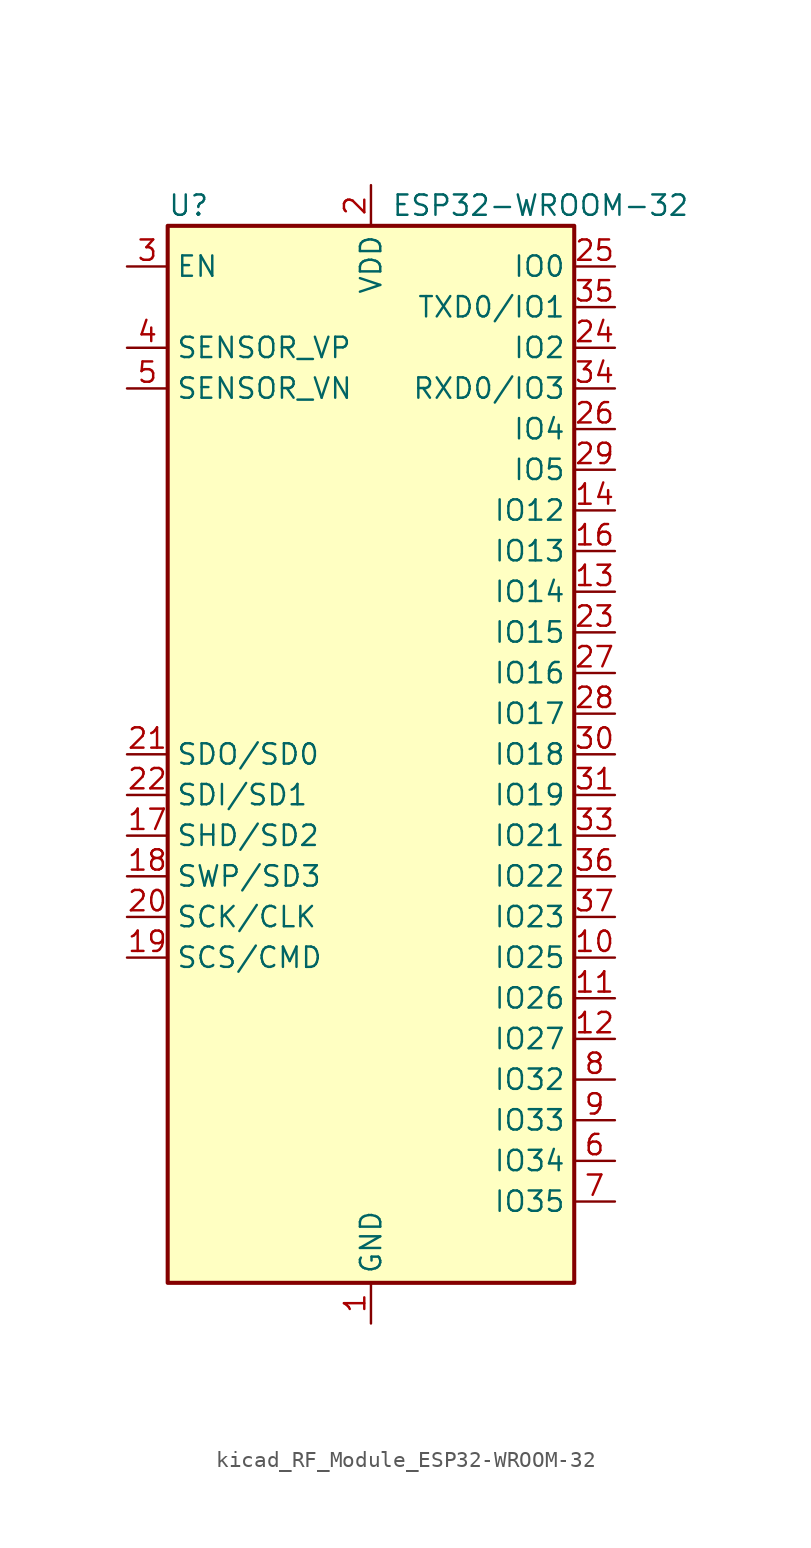
<source format=kicad_sym>
(kicad_symbol_lib
  (version 20220914)
  (generator kicad_symbol_editor)
  (symbol "kicad_RF_Module_ESP32-WROOM-32"
    (property "Reference" "U"
      (at -12.7 34.29 0)
      (effects (font (size 1.27 1.27)) (justify left)))
    (property "Value" "ESP32-WROOM-32"
      (at 1.27 34.29 0)
      (effects (font (size 1.27 1.27)) (justify left)))
    (symbol "kicad_RF_Module_ESP32-WROOM-32_0_1"
      (rectangle (start -12.7 33.02) (end 12.7 -33.02) (stroke (width 0.254) (type default)) (fill (type background))))
    (symbol "kicad_RF_Module_ESP32-WROOM-32_1_1"
      (pin power_in line (at 0 -35.56 90) (length 2.54) (name "GND" (effects (font (size 1.27 1.27)))) (number "1" (effects (font (size 1.27 1.27)))))
      (pin bidirectional line (at 15.24 -12.7 180) (length 2.54) (name "IO25" (effects (font (size 1.27 1.27)))) (number "10" (effects (font (size 1.27 1.27)))))
      (pin bidirectional line (at 15.24 -15.24 180) (length 2.54) (name "IO26" (effects (font (size 1.27 1.27)))) (number "11" (effects (font (size 1.27 1.27)))))
      (pin bidirectional line (at 15.24 -17.78 180) (length 2.54) (name "IO27" (effects (font (size 1.27 1.27)))) (number "12" (effects (font (size 1.27 1.27)))))
      (pin bidirectional line (at 15.24 10.16 180) (length 2.54) (name "IO14" (effects (font (size 1.27 1.27)))) (number "13" (effects (font (size 1.27 1.27)))))
      (pin bidirectional line (at 15.24 15.24 180) (length 2.54) (name "IO12" (effects (font (size 1.27 1.27)))) (number "14" (effects (font (size 1.27 1.27)))))
      (pin passive line (at 0 -35.56 90) (length 2.54) hide (name "GND" (effects (font (size 1.27 1.27)))) (number "15" (effects (font (size 1.27 1.27)))))
      (pin bidirectional line (at 15.24 12.7 180) (length 2.54) (name "IO13" (effects (font (size 1.27 1.27)))) (number "16" (effects (font (size 1.27 1.27)))))
      (pin bidirectional line (at -15.24 -5.08 0) (length 2.54) (name "SHD/SD2" (effects (font (size 1.27 1.27)))) (number "17" (effects (font (size 1.27 1.27)))))
      (pin bidirectional line (at -15.24 -7.62 0) (length 2.54) (name "SWP/SD3" (effects (font (size 1.27 1.27)))) (number "18" (effects (font (size 1.27 1.27)))))
      (pin bidirectional line (at -15.24 -12.7 0) (length 2.54) (name "SCS/CMD" (effects (font (size 1.27 1.27)))) (number "19" (effects (font (size 1.27 1.27)))))
      (pin power_in line (at 0 35.56 270) (length 2.54) (name "VDD" (effects (font (size 1.27 1.27)))) (number "2" (effects (font (size 1.27 1.27)))))
      (pin bidirectional line (at -15.24 -10.16 0) (length 2.54) (name "SCK/CLK" (effects (font (size 1.27 1.27)))) (number "20" (effects (font (size 1.27 1.27)))))
      (pin bidirectional line (at -15.24 0 0) (length 2.54) (name "SDO/SD0" (effects (font (size 1.27 1.27)))) (number "21" (effects (font (size 1.27 1.27)))))
      (pin bidirectional line (at -15.24 -2.54 0) (length 2.54) (name "SDI/SD1" (effects (font (size 1.27 1.27)))) (number "22" (effects (font (size 1.27 1.27)))))
      (pin bidirectional line (at 15.24 7.62 180) (length 2.54) (name "IO15" (effects (font (size 1.27 1.27)))) (number "23" (effects (font (size 1.27 1.27)))))
      (pin bidirectional line (at 15.24 25.4 180) (length 2.54) (name "IO2" (effects (font (size 1.27 1.27)))) (number "24" (effects (font (size 1.27 1.27)))))
      (pin bidirectional line (at 15.24 30.48 180) (length 2.54) (name "IO0" (effects (font (size 1.27 1.27)))) (number "25" (effects (font (size 1.27 1.27)))))
      (pin bidirectional line (at 15.24 20.32 180) (length 2.54) (name "IO4" (effects (font (size 1.27 1.27)))) (number "26" (effects (font (size 1.27 1.27)))))
      (pin bidirectional line (at 15.24 5.08 180) (length 2.54) (name "IO16" (effects (font (size 1.27 1.27)))) (number "27" (effects (font (size 1.27 1.27)))))
      (pin bidirectional line (at 15.24 2.54 180) (length 2.54) (name "IO17" (effects (font (size 1.27 1.27)))) (number "28" (effects (font (size 1.27 1.27)))))
      (pin bidirectional line (at 15.24 17.78 180) (length 2.54) (name "IO5" (effects (font (size 1.27 1.27)))) (number "29" (effects (font (size 1.27 1.27)))))
      (pin input line (at -15.24 30.48 0) (length 2.54) (name "EN" (effects (font (size 1.27 1.27)))) (number "3" (effects (font (size 1.27 1.27)))))
      (pin bidirectional line (at 15.24 0 180) (length 2.54) (name "IO18" (effects (font (size 1.27 1.27)))) (number "30" (effects (font (size 1.27 1.27)))))
      (pin bidirectional line (at 15.24 -2.54 180) (length 2.54) (name "IO19" (effects (font (size 1.27 1.27)))) (number "31" (effects (font (size 1.27 1.27)))))
      (pin no_connect line (at -12.7 -27.94 0) (length 2.54) hide (name "NC" (effects (font (size 1.27 1.27)))) (number "32" (effects (font (size 1.27 1.27)))))
      (pin bidirectional line (at 15.24 -5.08 180) (length 2.54) (name "IO21" (effects (font (size 1.27 1.27)))) (number "33" (effects (font (size 1.27 1.27)))))
      (pin bidirectional line (at 15.24 22.86 180) (length 2.54) (name "RXD0/IO3" (effects (font (size 1.27 1.27)))) (number "34" (effects (font (size 1.27 1.27)))))
      (pin bidirectional line (at 15.24 27.94 180) (length 2.54) (name "TXD0/IO1" (effects (font (size 1.27 1.27)))) (number "35" (effects (font (size 1.27 1.27)))))
      (pin bidirectional line (at 15.24 -7.62 180) (length 2.54) (name "IO22" (effects (font (size 1.27 1.27)))) (number "36" (effects (font (size 1.27 1.27)))))
      (pin bidirectional line (at 15.24 -10.16 180) (length 2.54) (name "IO23" (effects (font (size 1.27 1.27)))) (number "37" (effects (font (size 1.27 1.27)))))
      (pin passive line (at 0 -35.56 90) (length 2.54) hide (name "GND" (effects (font (size 1.27 1.27)))) (number "38" (effects (font (size 1.27 1.27)))))
      (pin passive line (at 0 -35.56 90) (length 2.54) hide (name "GND" (effects (font (size 1.27 1.27)))) (number "39" (effects (font (size 1.27 1.27)))))
      (pin input line (at -15.24 25.4 0) (length 2.54) (name "SENSOR_VP" (effects (font (size 1.27 1.27)))) (number "4" (effects (font (size 1.27 1.27)))))
      (pin input line (at -15.24 22.86 0) (length 2.54) (name "SENSOR_VN" (effects (font (size 1.27 1.27)))) (number "5" (effects (font (size 1.27 1.27)))))
      (pin input line (at 15.24 -25.4 180) (length 2.54) (name "IO34" (effects (font (size 1.27 1.27)))) (number "6" (effects (font (size 1.27 1.27)))))
      (pin input line (at 15.24 -27.94 180) (length 2.54) (name "IO35" (effects (font (size 1.27 1.27)))) (number "7" (effects (font (size 1.27 1.27)))))
      (pin bidirectional line (at 15.24 -20.32 180) (length 2.54) (name "IO32" (effects (font (size 1.27 1.27)))) (number "8" (effects (font (size 1.27 1.27)))))
      (pin bidirectional line (at 15.24 -22.86 180) (length 2.54) (name "IO33" (effects (font (size 1.27 1.27)))) (number "9" (effects (font (size 1.27 1.27))))))))
</source>
